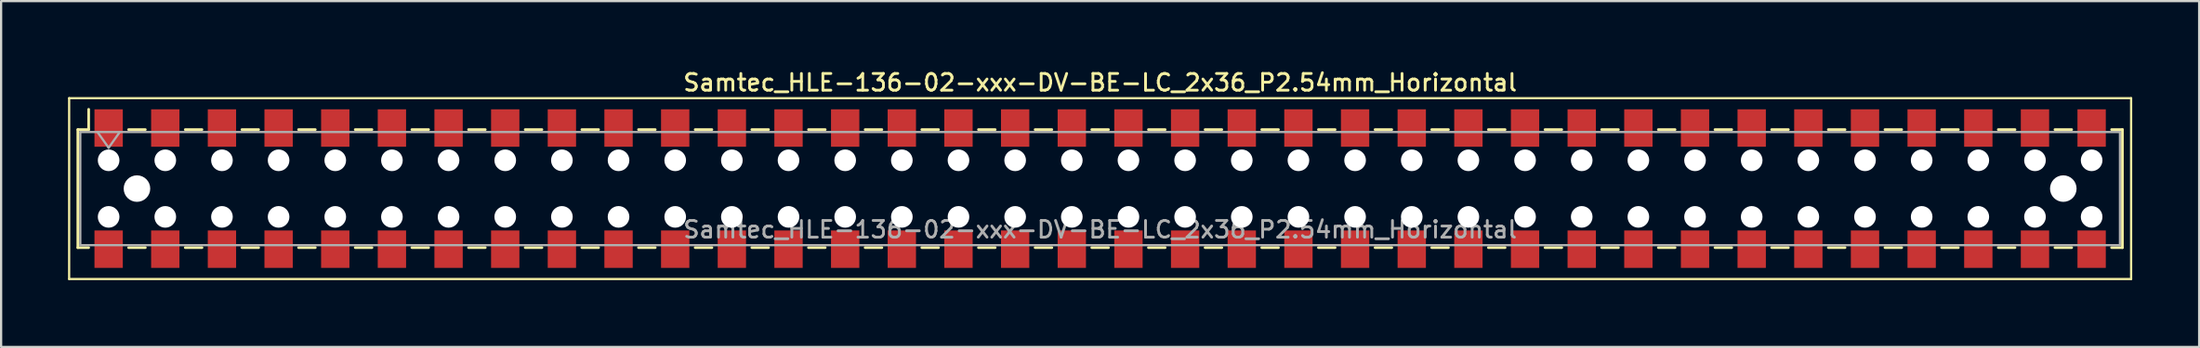
<source format=kicad_pcb>
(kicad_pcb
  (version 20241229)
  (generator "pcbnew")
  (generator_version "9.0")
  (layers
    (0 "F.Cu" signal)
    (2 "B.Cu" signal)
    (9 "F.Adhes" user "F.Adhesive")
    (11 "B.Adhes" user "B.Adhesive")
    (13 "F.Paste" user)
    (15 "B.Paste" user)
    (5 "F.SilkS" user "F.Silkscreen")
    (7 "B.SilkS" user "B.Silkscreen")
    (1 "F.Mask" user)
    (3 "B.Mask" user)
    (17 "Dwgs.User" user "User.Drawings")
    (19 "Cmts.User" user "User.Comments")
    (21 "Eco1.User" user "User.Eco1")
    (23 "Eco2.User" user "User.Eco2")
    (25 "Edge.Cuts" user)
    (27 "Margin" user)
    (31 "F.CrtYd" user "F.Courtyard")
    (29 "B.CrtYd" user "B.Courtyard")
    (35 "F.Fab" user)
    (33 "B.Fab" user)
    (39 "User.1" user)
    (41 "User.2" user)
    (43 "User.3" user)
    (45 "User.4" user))
  (footprint "Samtec_HLE-136-02-xxx-DV-BE-LC_2x36_P2.54mm_Horizontal"
    (layer "F.Cu")
    (at 46.27 5.418)
    (property "Reference" "Samtec_HLE-136-02-xxx-DV-BE-LC_2x36_P2.54mm_Horizontal" (at 0 -4.76 0) (layer "F.SilkS") (effects (font (size 0.75 0.75) (thickness 0.125))))
    (attr smd)
    (fp_line (start -46.22 -4.06) (end 46.22 -4.06) (stroke (width 0.1) (type solid)) (layer "F.SilkS"))
    (fp_line (start -46.22 4.06) (end -46.22 -4.06) (stroke (width 0.1) (type solid)) (layer "F.SilkS"))
    (fp_line (start -45.83 -2.65) (end -45.83 2.65) (stroke (width 0.12) (type solid)) (layer "F.SilkS"))
    (fp_line (start -45.83 2.65) (end -45.345 2.65) (stroke (width 0.12) (type solid)) (layer "F.SilkS"))
    (fp_line (start -45.345 -3.56) (end -45.345 -2.65) (stroke (width 0.12) (type solid)) (layer "F.SilkS"))
    (fp_line (start -45.345 -2.65) (end -45.83 -2.65) (stroke (width 0.12) (type solid)) (layer "F.SilkS"))
    (fp_line (start -43.555 -2.65) (end -42.805 -2.65) (stroke (width 0.12) (type solid)) (layer "F.SilkS"))
    (fp_line (start -43.555 2.65) (end -42.805 2.65) (stroke (width 0.12) (type solid)) (layer "F.SilkS"))
    (fp_line (start -41.015 -2.65) (end -40.265 -2.65) (stroke (width 0.12) (type solid)) (layer "F.SilkS"))
    (fp_line (start -41.015 2.65) (end -40.265 2.65) (stroke (width 0.12) (type solid)) (layer "F.SilkS"))
    (fp_line (start -38.475 -2.65) (end -37.725 -2.65) (stroke (width 0.12) (type solid)) (layer "F.SilkS"))
    (fp_line (start -38.475 2.65) (end -37.725 2.65) (stroke (width 0.12) (type solid)) (layer "F.SilkS"))
    (fp_line (start -35.935 -2.65) (end -35.185 -2.65) (stroke (width 0.12) (type solid)) (layer "F.SilkS"))
    (fp_line (start -35.935 2.65) (end -35.185 2.65) (stroke (width 0.12) (type solid)) (layer "F.SilkS"))
    (fp_line (start -33.395 -2.65) (end -32.645 -2.65) (stroke (width 0.12) (type solid)) (layer "F.SilkS"))
    (fp_line (start -33.395 2.65) (end -32.645 2.65) (stroke (width 0.12) (type solid)) (layer "F.SilkS"))
    (fp_line (start -30.855 -2.65) (end -30.105 -2.65) (stroke (width 0.12) (type solid)) (layer "F.SilkS"))
    (fp_line (start -30.855 2.65) (end -30.105 2.65) (stroke (width 0.12) (type solid)) (layer "F.SilkS"))
    (fp_line (start -28.315 -2.65) (end -27.565 -2.65) (stroke (width 0.12) (type solid)) (layer "F.SilkS"))
    (fp_line (start -28.315 2.65) (end -27.565 2.65) (stroke (width 0.12) (type solid)) (layer "F.SilkS"))
    (fp_line (start -25.775 -2.65) (end -25.025 -2.65) (stroke (width 0.12) (type solid)) (layer "F.SilkS"))
    (fp_line (start -25.775 2.65) (end -25.025 2.65) (stroke (width 0.12) (type solid)) (layer "F.SilkS"))
    (fp_line (start -23.235 -2.65) (end -22.485 -2.65) (stroke (width 0.12) (type solid)) (layer "F.SilkS"))
    (fp_line (start -23.235 2.65) (end -22.485 2.65) (stroke (width 0.12) (type solid)) (layer "F.SilkS"))
    (fp_line (start -20.695 -2.65) (end -19.945 -2.65) (stroke (width 0.12) (type solid)) (layer "F.SilkS"))
    (fp_line (start -20.695 2.65) (end -19.945 2.65) (stroke (width 0.12) (type solid)) (layer "F.SilkS"))
    (fp_line (start -18.155 -2.65) (end -17.405 -2.65) (stroke (width 0.12) (type solid)) (layer "F.SilkS"))
    (fp_line (start -18.155 2.65) (end -17.405 2.65) (stroke (width 0.12) (type solid)) (layer "F.SilkS"))
    (fp_line (start -15.615 -2.65) (end -14.865 -2.65) (stroke (width 0.12) (type solid)) (layer "F.SilkS"))
    (fp_line (start -15.615 2.65) (end -14.865 2.65) (stroke (width 0.12) (type solid)) (layer "F.SilkS"))
    (fp_line (start -13.075 -2.65) (end -12.325 -2.65) (stroke (width 0.12) (type solid)) (layer "F.SilkS"))
    (fp_line (start -13.075 2.65) (end -12.325 2.65) (stroke (width 0.12) (type solid)) (layer "F.SilkS"))
    (fp_line (start -10.535 -2.65) (end -9.785 -2.65) (stroke (width 0.12) (type solid)) (layer "F.SilkS"))
    (fp_line (start -10.535 2.65) (end -9.785 2.65) (stroke (width 0.12) (type solid)) (layer "F.SilkS"))
    (fp_line (start -7.995 -2.65) (end -7.245 -2.65) (stroke (width 0.12) (type solid)) (layer "F.SilkS"))
    (fp_line (start -7.995 2.65) (end -7.245 2.65) (stroke (width 0.12) (type solid)) (layer "F.SilkS"))
    (fp_line (start -5.455 -2.65) (end -4.705 -2.65) (stroke (width 0.12) (type solid)) (layer "F.SilkS"))
    (fp_line (start -5.455 2.65) (end -4.705 2.65) (stroke (width 0.12) (type solid)) (layer "F.SilkS"))
    (fp_line (start -2.915 -2.65) (end -2.165 -2.65) (stroke (width 0.12) (type solid)) (layer "F.SilkS"))
    (fp_line (start -2.915 2.65) (end -2.165 2.65) (stroke (width 0.12) (type solid)) (layer "F.SilkS"))
    (fp_line (start -0.375 -2.65) (end 0.375 -2.65) (stroke (width 0.12) (type solid)) (layer "F.SilkS"))
    (fp_line (start -0.375 2.65) (end 0.375 2.65) (stroke (width 0.12) (type solid)) (layer "F.SilkS"))
    (fp_line (start 2.165 -2.65) (end 2.915 -2.65) (stroke (width 0.12) (type solid)) (layer "F.SilkS"))
    (fp_line (start 2.165 2.65) (end 2.915 2.65) (stroke (width 0.12) (type solid)) (layer "F.SilkS"))
    (fp_line (start 4.705 -2.65) (end 5.455 -2.65) (stroke (width 0.12) (type solid)) (layer "F.SilkS"))
    (fp_line (start 4.705 2.65) (end 5.455 2.65) (stroke (width 0.12) (type solid)) (layer "F.SilkS"))
    (fp_line (start 7.245 -2.65) (end 7.995 -2.65) (stroke (width 0.12) (type solid)) (layer "F.SilkS"))
    (fp_line (start 7.245 2.65) (end 7.995 2.65) (stroke (width 0.12) (type solid)) (layer "F.SilkS"))
    (fp_line (start 9.785 -2.65) (end 10.535 -2.65) (stroke (width 0.12) (type solid)) (layer "F.SilkS"))
    (fp_line (start 9.785 2.65) (end 10.535 2.65) (stroke (width 0.12) (type solid)) (layer "F.SilkS"))
    (fp_line (start 12.325 -2.65) (end 13.075 -2.65) (stroke (width 0.12) (type solid)) (layer "F.SilkS"))
    (fp_line (start 12.325 2.65) (end 13.075 2.65) (stroke (width 0.12) (type solid)) (layer "F.SilkS"))
    (fp_line (start 14.865 -2.65) (end 15.615 -2.65) (stroke (width 0.12) (type solid)) (layer "F.SilkS"))
    (fp_line (start 14.865 2.65) (end 15.615 2.65) (stroke (width 0.12) (type solid)) (layer "F.SilkS"))
    (fp_line (start 17.405 -2.65) (end 18.155 -2.65) (stroke (width 0.12) (type solid)) (layer "F.SilkS"))
    (fp_line (start 17.405 2.65) (end 18.155 2.65) (stroke (width 0.12) (type solid)) (layer "F.SilkS"))
    (fp_line (start 19.945 -2.65) (end 20.695 -2.65) (stroke (width 0.12) (type solid)) (layer "F.SilkS"))
    (fp_line (start 19.945 2.65) (end 20.695 2.65) (stroke (width 0.12) (type solid)) (layer "F.SilkS"))
    (fp_line (start 22.485 -2.65) (end 23.235 -2.65) (stroke (width 0.12) (type solid)) (layer "F.SilkS"))
    (fp_line (start 22.485 2.65) (end 23.235 2.65) (stroke (width 0.12) (type solid)) (layer "F.SilkS"))
    (fp_line (start 25.025 -2.65) (end 25.775 -2.65) (stroke (width 0.12) (type solid)) (layer "F.SilkS"))
    (fp_line (start 25.025 2.65) (end 25.775 2.65) (stroke (width 0.12) (type solid)) (layer "F.SilkS"))
    (fp_line (start 27.565 -2.65) (end 28.315 -2.65) (stroke (width 0.12) (type solid)) (layer "F.SilkS"))
    (fp_line (start 27.565 2.65) (end 28.315 2.65) (stroke (width 0.12) (type solid)) (layer "F.SilkS"))
    (fp_line (start 30.105 -2.65) (end 30.855 -2.65) (stroke (width 0.12) (type solid)) (layer "F.SilkS"))
    (fp_line (start 30.105 2.65) (end 30.855 2.65) (stroke (width 0.12) (type solid)) (layer "F.SilkS"))
    (fp_line (start 32.645 -2.65) (end 33.395 -2.65) (stroke (width 0.12) (type solid)) (layer "F.SilkS"))
    (fp_line (start 32.645 2.65) (end 33.395 2.65) (stroke (width 0.12) (type solid)) (layer "F.SilkS"))
    (fp_line (start 35.185 -2.65) (end 35.935 -2.65) (stroke (width 0.12) (type solid)) (layer "F.SilkS"))
    (fp_line (start 35.185 2.65) (end 35.935 2.65) (stroke (width 0.12) (type solid)) (layer "F.SilkS"))
    (fp_line (start 37.725 -2.65) (end 38.475 -2.65) (stroke (width 0.12) (type solid)) (layer "F.SilkS"))
    (fp_line (start 37.725 2.65) (end 38.475 2.65) (stroke (width 0.12) (type solid)) (layer "F.SilkS"))
    (fp_line (start 40.265 -2.65) (end 41.015 -2.65) (stroke (width 0.12) (type solid)) (layer "F.SilkS"))
    (fp_line (start 40.265 2.65) (end 41.015 2.65) (stroke (width 0.12) (type solid)) (layer "F.SilkS"))
    (fp_line (start 42.805 -2.65) (end 43.555 -2.65) (stroke (width 0.12) (type solid)) (layer "F.SilkS"))
    (fp_line (start 42.805 2.65) (end 43.555 2.65) (stroke (width 0.12) (type solid)) (layer "F.SilkS"))
    (fp_line (start 45.345 -2.65) (end 45.83 -2.65) (stroke (width 0.12) (type solid)) (layer "F.SilkS"))
    (fp_line (start 45.83 -2.65) (end 45.83 2.65) (stroke (width 0.12) (type solid)) (layer "F.SilkS"))
    (fp_line (start 45.83 2.65) (end 45.345 2.65) (stroke (width 0.12) (type solid)) (layer "F.SilkS"))
    (fp_line (start 46.22 -4.06) (end 46.22 4.06) (stroke (width 0.1) (type solid)) (layer "F.SilkS"))
    (fp_line (start 46.22 4.06) (end -46.22 4.06) (stroke (width 0.1) (type solid)) (layer "F.SilkS"))
    (fp_line (start -45.72 -2.54) (end 45.72 -2.54) (stroke (width 0.1) (type solid)) (layer "F.Fab"))
    (fp_line (start -45.72 2.54) (end -45.72 -2.54) (stroke (width 0.1) (type solid)) (layer "F.Fab"))
    (fp_line (start -44.95 -2.54) (end -44.45 -1.833) (stroke (width 0.1) (type solid)) (layer "F.Fab"))
    (fp_line (start -44.45 -1.833) (end -43.95 -2.54) (stroke (width 0.1) (type solid)) (layer "F.Fab"))
    (fp_line (start 45.72 -2.54) (end 45.72 2.54) (stroke (width 0.1) (type solid)) (layer "F.Fab"))
    (fp_line (start 45.72 2.54) (end -45.72 2.54) (stroke (width 0.1) (type solid)) (layer "F.Fab"))
    (fp_text user "${REFERENCE}" (at 0 1.84 0) (layer "F.Fab") (effects (font (size 0.75 0.75) (thickness 0.125))))
    (pad "" np_thru_hole circle (at -44.45 -1.27) (size 0.97 0.97) (drill 0.97) (layers "*.Cu" "*.Mask"))
    (pad "" np_thru_hole circle (at -44.45 1.27) (size 0.97 0.97) (drill 0.97) (layers "*.Cu" "*.Mask"))
    (pad "" np_thru_hole circle (at -43.18 0) (size 1.19 1.19) (drill 1.19) (layers "*.Cu" "*.Mask"))
    (pad "" np_thru_hole circle (at -41.91 -1.27) (size 0.97 0.97) (drill 0.97) (layers "*.Cu" "*.Mask"))
    (pad "" np_thru_hole circle (at -41.91 1.27) (size 0.97 0.97) (drill 0.97) (layers "*.Cu" "*.Mask"))
    (pad "" np_thru_hole circle (at -39.37 -1.27) (size 0.97 0.97) (drill 0.97) (layers "*.Cu" "*.Mask"))
    (pad "" np_thru_hole circle (at -39.37 1.27) (size 0.97 0.97) (drill 0.97) (layers "*.Cu" "*.Mask"))
    (pad "" np_thru_hole circle (at -36.83 -1.27) (size 0.97 0.97) (drill 0.97) (layers "*.Cu" "*.Mask"))
    (pad "" np_thru_hole circle (at -36.83 1.27) (size 0.97 0.97) (drill 0.97) (layers "*.Cu" "*.Mask"))
    (pad "" np_thru_hole circle (at -34.29 -1.27) (size 0.97 0.97) (drill 0.97) (layers "*.Cu" "*.Mask"))
    (pad "" np_thru_hole circle (at -34.29 1.27) (size 0.97 0.97) (drill 0.97) (layers "*.Cu" "*.Mask"))
    (pad "" np_thru_hole circle (at -31.75 -1.27) (size 0.97 0.97) (drill 0.97) (layers "*.Cu" "*.Mask"))
    (pad "" np_thru_hole circle (at -31.75 1.27) (size 0.97 0.97) (drill 0.97) (layers "*.Cu" "*.Mask"))
    (pad "" np_thru_hole circle (at -29.21 -1.27) (size 0.97 0.97) (drill 0.97) (layers "*.Cu" "*.Mask"))
    (pad "" np_thru_hole circle (at -29.21 1.27) (size 0.97 0.97) (drill 0.97) (layers "*.Cu" "*.Mask"))
    (pad "" np_thru_hole circle (at -26.67 -1.27) (size 0.97 0.97) (drill 0.97) (layers "*.Cu" "*.Mask"))
    (pad "" np_thru_hole circle (at -26.67 1.27) (size 0.97 0.97) (drill 0.97) (layers "*.Cu" "*.Mask"))
    (pad "" np_thru_hole circle (at -24.13 -1.27) (size 0.97 0.97) (drill 0.97) (layers "*.Cu" "*.Mask"))
    (pad "" np_thru_hole circle (at -24.13 1.27) (size 0.97 0.97) (drill 0.97) (layers "*.Cu" "*.Mask"))
    (pad "" np_thru_hole circle (at -21.59 -1.27) (size 0.97 0.97) (drill 0.97) (layers "*.Cu" "*.Mask"))
    (pad "" np_thru_hole circle (at -21.59 1.27) (size 0.97 0.97) (drill 0.97) (layers "*.Cu" "*.Mask"))
    (pad "" np_thru_hole circle (at -19.05 -1.27) (size 0.97 0.97) (drill 0.97) (layers "*.Cu" "*.Mask"))
    (pad "" np_thru_hole circle (at -19.05 1.27) (size 0.97 0.97) (drill 0.97) (layers "*.Cu" "*.Mask"))
    (pad "" np_thru_hole circle (at -16.51 -1.27) (size 0.97 0.97) (drill 0.97) (layers "*.Cu" "*.Mask"))
    (pad "" np_thru_hole circle (at -16.51 1.27) (size 0.97 0.97) (drill 0.97) (layers "*.Cu" "*.Mask"))
    (pad "" np_thru_hole circle (at -13.97 -1.27) (size 0.97 0.97) (drill 0.97) (layers "*.Cu" "*.Mask"))
    (pad "" np_thru_hole circle (at -13.97 1.27) (size 0.97 0.97) (drill 0.97) (layers "*.Cu" "*.Mask"))
    (pad "" np_thru_hole circle (at -11.43 -1.27) (size 0.97 0.97) (drill 0.97) (layers "*.Cu" "*.Mask"))
    (pad "" np_thru_hole circle (at -11.43 1.27) (size 0.97 0.97) (drill 0.97) (layers "*.Cu" "*.Mask"))
    (pad "" np_thru_hole circle (at -8.89 -1.27) (size 0.97 0.97) (drill 0.97) (layers "*.Cu" "*.Mask"))
    (pad "" np_thru_hole circle (at -8.89 1.27) (size 0.97 0.97) (drill 0.97) (layers "*.Cu" "*.Mask"))
    (pad "" np_thru_hole circle (at -6.35 -1.27) (size 0.97 0.97) (drill 0.97) (layers "*.Cu" "*.Mask"))
    (pad "" np_thru_hole circle (at -6.35 1.27) (size 0.97 0.97) (drill 0.97) (layers "*.Cu" "*.Mask"))
    (pad "" np_thru_hole circle (at -3.81 -1.27) (size 0.97 0.97) (drill 0.97) (layers "*.Cu" "*.Mask"))
    (pad "" np_thru_hole circle (at -3.81 1.27) (size 0.97 0.97) (drill 0.97) (layers "*.Cu" "*.Mask"))
    (pad "" np_thru_hole circle (at -1.27 -1.27) (size 0.97 0.97) (drill 0.97) (layers "*.Cu" "*.Mask"))
    (pad "" np_thru_hole circle (at -1.27 1.27) (size 0.97 0.97) (drill 0.97) (layers "*.Cu" "*.Mask"))
    (pad "" np_thru_hole circle (at 1.27 -1.27) (size 0.97 0.97) (drill 0.97) (layers "*.Cu" "*.Mask"))
    (pad "" np_thru_hole circle (at 1.27 1.27) (size 0.97 0.97) (drill 0.97) (layers "*.Cu" "*.Mask"))
    (pad "" np_thru_hole circle (at 3.81 -1.27) (size 0.97 0.97) (drill 0.97) (layers "*.Cu" "*.Mask"))
    (pad "" np_thru_hole circle (at 3.81 1.27) (size 0.97 0.97) (drill 0.97) (layers "*.Cu" "*.Mask"))
    (pad "" np_thru_hole circle (at 6.35 -1.27) (size 0.97 0.97) (drill 0.97) (layers "*.Cu" "*.Mask"))
    (pad "" np_thru_hole circle (at 6.35 1.27) (size 0.97 0.97) (drill 0.97) (layers "*.Cu" "*.Mask"))
    (pad "" np_thru_hole circle (at 8.89 -1.27) (size 0.97 0.97) (drill 0.97) (layers "*.Cu" "*.Mask"))
    (pad "" np_thru_hole circle (at 8.89 1.27) (size 0.97 0.97) (drill 0.97) (layers "*.Cu" "*.Mask"))
    (pad "" np_thru_hole circle (at 11.43 -1.27) (size 0.97 0.97) (drill 0.97) (layers "*.Cu" "*.Mask"))
    (pad "" np_thru_hole circle (at 11.43 1.27) (size 0.97 0.97) (drill 0.97) (layers "*.Cu" "*.Mask"))
    (pad "" np_thru_hole circle (at 13.97 -1.27) (size 0.97 0.97) (drill 0.97) (layers "*.Cu" "*.Mask"))
    (pad "" np_thru_hole circle (at 13.97 1.27) (size 0.97 0.97) (drill 0.97) (layers "*.Cu" "*.Mask"))
    (pad "" np_thru_hole circle (at 16.51 -1.27) (size 0.97 0.97) (drill 0.97) (layers "*.Cu" "*.Mask"))
    (pad "" np_thru_hole circle (at 16.51 1.27) (size 0.97 0.97) (drill 0.97) (layers "*.Cu" "*.Mask"))
    (pad "" np_thru_hole circle (at 19.05 -1.27) (size 0.97 0.97) (drill 0.97) (layers "*.Cu" "*.Mask"))
    (pad "" np_thru_hole circle (at 19.05 1.27) (size 0.97 0.97) (drill 0.97) (layers "*.Cu" "*.Mask"))
    (pad "" np_thru_hole circle (at 21.59 -1.27) (size 0.97 0.97) (drill 0.97) (layers "*.Cu" "*.Mask"))
    (pad "" np_thru_hole circle (at 21.59 1.27) (size 0.97 0.97) (drill 0.97) (layers "*.Cu" "*.Mask"))
    (pad "" np_thru_hole circle (at 24.13 -1.27) (size 0.97 0.97) (drill 0.97) (layers "*.Cu" "*.Mask"))
    (pad "" np_thru_hole circle (at 24.13 1.27) (size 0.97 0.97) (drill 0.97) (layers "*.Cu" "*.Mask"))
    (pad "" np_thru_hole circle (at 26.67 -1.27) (size 0.97 0.97) (drill 0.97) (layers "*.Cu" "*.Mask"))
    (pad "" np_thru_hole circle (at 26.67 1.27) (size 0.97 0.97) (drill 0.97) (layers "*.Cu" "*.Mask"))
    (pad "" np_thru_hole circle (at 29.21 -1.27) (size 0.97 0.97) (drill 0.97) (layers "*.Cu" "*.Mask"))
    (pad "" np_thru_hole circle (at 29.21 1.27) (size 0.97 0.97) (drill 0.97) (layers "*.Cu" "*.Mask"))
    (pad "" np_thru_hole circle (at 31.75 -1.27) (size 0.97 0.97) (drill 0.97) (layers "*.Cu" "*.Mask"))
    (pad "" np_thru_hole circle (at 31.75 1.27) (size 0.97 0.97) (drill 0.97) (layers "*.Cu" "*.Mask"))
    (pad "" np_thru_hole circle (at 34.29 -1.27) (size 0.97 0.97) (drill 0.97) (layers "*.Cu" "*.Mask"))
    (pad "" np_thru_hole circle (at 34.29 1.27) (size 0.97 0.97) (drill 0.97) (layers "*.Cu" "*.Mask"))
    (pad "" np_thru_hole circle (at 36.83 -1.27) (size 0.97 0.97) (drill 0.97) (layers "*.Cu" "*.Mask"))
    (pad "" np_thru_hole circle (at 36.83 1.27) (size 0.97 0.97) (drill 0.97) (layers "*.Cu" "*.Mask"))
    (pad "" np_thru_hole circle (at 39.37 -1.27) (size 0.97 0.97) (drill 0.97) (layers "*.Cu" "*.Mask"))
    (pad "" np_thru_hole circle (at 39.37 1.27) (size 0.97 0.97) (drill 0.97) (layers "*.Cu" "*.Mask"))
    (pad "" np_thru_hole circle (at 41.91 -1.27) (size 0.97 0.97) (drill 0.97) (layers "*.Cu" "*.Mask"))
    (pad "" np_thru_hole circle (at 41.91 1.27) (size 0.97 0.97) (drill 0.97) (layers "*.Cu" "*.Mask"))
    (pad "" np_thru_hole circle (at 43.18 0) (size 1.19 1.19) (drill 1.19) (layers "*.Cu" "*.Mask"))
    (pad "" np_thru_hole circle (at 44.45 -1.27) (size 0.97 0.97) (drill 0.97) (layers "*.Cu" "*.Mask"))
    (pad "" np_thru_hole circle (at 44.45 1.27) (size 0.97 0.97) (drill 0.97) (layers "*.Cu" "*.Mask"))
    (pad "1" smd rect (at -44.45 -2.72) (size 1.27 1.68) (layers "F.Cu" "F.Mask" "F.Paste"))
    (pad "2" smd rect (at -44.45 2.72) (size 1.27 1.68) (layers "F.Cu" "F.Mask" "F.Paste"))
    (pad "3" smd rect (at -41.91 -2.72) (size 1.27 1.68) (layers "F.Cu" "F.Mask" "F.Paste"))
    (pad "4" smd rect (at -41.91 2.72) (size 1.27 1.68) (layers "F.Cu" "F.Mask" "F.Paste"))
    (pad "5" smd rect (at -39.37 -2.72) (size 1.27 1.68) (layers "F.Cu" "F.Mask" "F.Paste"))
    (pad "6" smd rect (at -39.37 2.72) (size 1.27 1.68) (layers "F.Cu" "F.Mask" "F.Paste"))
    (pad "7" smd rect (at -36.83 -2.72) (size 1.27 1.68) (layers "F.Cu" "F.Mask" "F.Paste"))
    (pad "8" smd rect (at -36.83 2.72) (size 1.27 1.68) (layers "F.Cu" "F.Mask" "F.Paste"))
    (pad "9" smd rect (at -34.29 -2.72) (size 1.27 1.68) (layers "F.Cu" "F.Mask" "F.Paste"))
    (pad "10" smd rect (at -34.29 2.72) (size 1.27 1.68) (layers "F.Cu" "F.Mask" "F.Paste"))
    (pad "11" smd rect (at -31.75 -2.72) (size 1.27 1.68) (layers "F.Cu" "F.Mask" "F.Paste"))
    (pad "12" smd rect (at -31.75 2.72) (size 1.27 1.68) (layers "F.Cu" "F.Mask" "F.Paste"))
    (pad "13" smd rect (at -29.21 -2.72) (size 1.27 1.68) (layers "F.Cu" "F.Mask" "F.Paste"))
    (pad "14" smd rect (at -29.21 2.72) (size 1.27 1.68) (layers "F.Cu" "F.Mask" "F.Paste"))
    (pad "15" smd rect (at -26.67 -2.72) (size 1.27 1.68) (layers "F.Cu" "F.Mask" "F.Paste"))
    (pad "16" smd rect (at -26.67 2.72) (size 1.27 1.68) (layers "F.Cu" "F.Mask" "F.Paste"))
    (pad "17" smd rect (at -24.13 -2.72) (size 1.27 1.68) (layers "F.Cu" "F.Mask" "F.Paste"))
    (pad "18" smd rect (at -24.13 2.72) (size 1.27 1.68) (layers "F.Cu" "F.Mask" "F.Paste"))
    (pad "19" smd rect (at -21.59 -2.72) (size 1.27 1.68) (layers "F.Cu" "F.Mask" "F.Paste"))
    (pad "20" smd rect (at -21.59 2.72) (size 1.27 1.68) (layers "F.Cu" "F.Mask" "F.Paste"))
    (pad "21" smd rect (at -19.05 -2.72) (size 1.27 1.68) (layers "F.Cu" "F.Mask" "F.Paste"))
    (pad "22" smd rect (at -19.05 2.72) (size 1.27 1.68) (layers "F.Cu" "F.Mask" "F.Paste"))
    (pad "23" smd rect (at -16.51 -2.72) (size 1.27 1.68) (layers "F.Cu" "F.Mask" "F.Paste"))
    (pad "24" smd rect (at -16.51 2.72) (size 1.27 1.68) (layers "F.Cu" "F.Mask" "F.Paste"))
    (pad "25" smd rect (at -13.97 -2.72) (size 1.27 1.68) (layers "F.Cu" "F.Mask" "F.Paste"))
    (pad "26" smd rect (at -13.97 2.72) (size 1.27 1.68) (layers "F.Cu" "F.Mask" "F.Paste"))
    (pad "27" smd rect (at -11.43 -2.72) (size 1.27 1.68) (layers "F.Cu" "F.Mask" "F.Paste"))
    (pad "28" smd rect (at -11.43 2.72) (size 1.27 1.68) (layers "F.Cu" "F.Mask" "F.Paste"))
    (pad "29" smd rect (at -8.89 -2.72) (size 1.27 1.68) (layers "F.Cu" "F.Mask" "F.Paste"))
    (pad "30" smd rect (at -8.89 2.72) (size 1.27 1.68) (layers "F.Cu" "F.Mask" "F.Paste"))
    (pad "31" smd rect (at -6.35 -2.72) (size 1.27 1.68) (layers "F.Cu" "F.Mask" "F.Paste"))
    (pad "32" smd rect (at -6.35 2.72) (size 1.27 1.68) (layers "F.Cu" "F.Mask" "F.Paste"))
    (pad "33" smd rect (at -3.81 -2.72) (size 1.27 1.68) (layers "F.Cu" "F.Mask" "F.Paste"))
    (pad "34" smd rect (at -3.81 2.72) (size 1.27 1.68) (layers "F.Cu" "F.Mask" "F.Paste"))
    (pad "35" smd rect (at -1.27 -2.72) (size 1.27 1.68) (layers "F.Cu" "F.Mask" "F.Paste"))
    (pad "36" smd rect (at -1.27 2.72) (size 1.27 1.68) (layers "F.Cu" "F.Mask" "F.Paste"))
    (pad "37" smd rect (at 1.27 -2.72) (size 1.27 1.68) (layers "F.Cu" "F.Mask" "F.Paste"))
    (pad "38" smd rect (at 1.27 2.72) (size 1.27 1.68) (layers "F.Cu" "F.Mask" "F.Paste"))
    (pad "39" smd rect (at 3.81 -2.72) (size 1.27 1.68) (layers "F.Cu" "F.Mask" "F.Paste"))
    (pad "40" smd rect (at 3.81 2.72) (size 1.27 1.68) (layers "F.Cu" "F.Mask" "F.Paste"))
    (pad "41" smd rect (at 6.35 -2.72) (size 1.27 1.68) (layers "F.Cu" "F.Mask" "F.Paste"))
    (pad "42" smd rect (at 6.35 2.72) (size 1.27 1.68) (layers "F.Cu" "F.Mask" "F.Paste"))
    (pad "43" smd rect (at 8.89 -2.72) (size 1.27 1.68) (layers "F.Cu" "F.Mask" "F.Paste"))
    (pad "44" smd rect (at 8.89 2.72) (size 1.27 1.68) (layers "F.Cu" "F.Mask" "F.Paste"))
    (pad "45" smd rect (at 11.43 -2.72) (size 1.27 1.68) (layers "F.Cu" "F.Mask" "F.Paste"))
    (pad "46" smd rect (at 11.43 2.72) (size 1.27 1.68) (layers "F.Cu" "F.Mask" "F.Paste"))
    (pad "47" smd rect (at 13.97 -2.72) (size 1.27 1.68) (layers "F.Cu" "F.Mask" "F.Paste"))
    (pad "48" smd rect (at 13.97 2.72) (size 1.27 1.68) (layers "F.Cu" "F.Mask" "F.Paste"))
    (pad "49" smd rect (at 16.51 -2.72) (size 1.27 1.68) (layers "F.Cu" "F.Mask" "F.Paste"))
    (pad "50" smd rect (at 16.51 2.72) (size 1.27 1.68) (layers "F.Cu" "F.Mask" "F.Paste"))
    (pad "51" smd rect (at 19.05 -2.72) (size 1.27 1.68) (layers "F.Cu" "F.Mask" "F.Paste"))
    (pad "52" smd rect (at 19.05 2.72) (size 1.27 1.68) (layers "F.Cu" "F.Mask" "F.Paste"))
    (pad "53" smd rect (at 21.59 -2.72) (size 1.27 1.68) (layers "F.Cu" "F.Mask" "F.Paste"))
    (pad "54" smd rect (at 21.59 2.72) (size 1.27 1.68) (layers "F.Cu" "F.Mask" "F.Paste"))
    (pad "55" smd rect (at 24.13 -2.72) (size 1.27 1.68) (layers "F.Cu" "F.Mask" "F.Paste"))
    (pad "56" smd rect (at 24.13 2.72) (size 1.27 1.68) (layers "F.Cu" "F.Mask" "F.Paste"))
    (pad "57" smd rect (at 26.67 -2.72) (size 1.27 1.68) (layers "F.Cu" "F.Mask" "F.Paste"))
    (pad "58" smd rect (at 26.67 2.72) (size 1.27 1.68) (layers "F.Cu" "F.Mask" "F.Paste"))
    (pad "59" smd rect (at 29.21 -2.72) (size 1.27 1.68) (layers "F.Cu" "F.Mask" "F.Paste"))
    (pad "60" smd rect (at 29.21 2.72) (size 1.27 1.68) (layers "F.Cu" "F.Mask" "F.Paste"))
    (pad "61" smd rect (at 31.75 -2.72) (size 1.27 1.68) (layers "F.Cu" "F.Mask" "F.Paste"))
    (pad "62" smd rect (at 31.75 2.72) (size 1.27 1.68) (layers "F.Cu" "F.Mask" "F.Paste"))
    (pad "63" smd rect (at 34.29 -2.72) (size 1.27 1.68) (layers "F.Cu" "F.Mask" "F.Paste"))
    (pad "64" smd rect (at 34.29 2.72) (size 1.27 1.68) (layers "F.Cu" "F.Mask" "F.Paste"))
    (pad "65" smd rect (at 36.83 -2.72) (size 1.27 1.68) (layers "F.Cu" "F.Mask" "F.Paste"))
    (pad "66" smd rect (at 36.83 2.72) (size 1.27 1.68) (layers "F.Cu" "F.Mask" "F.Paste"))
    (pad "67" smd rect (at 39.37 -2.72) (size 1.27 1.68) (layers "F.Cu" "F.Mask" "F.Paste"))
    (pad "68" smd rect (at 39.37 2.72) (size 1.27 1.68) (layers "F.Cu" "F.Mask" "F.Paste"))
    (pad "69" smd rect (at 41.91 -2.72) (size 1.27 1.68) (layers "F.Cu" "F.Mask" "F.Paste"))
    (pad "70" smd rect (at 41.91 2.72) (size 1.27 1.68) (layers "F.Cu" "F.Mask" "F.Paste"))
    (pad "71" smd rect (at 44.45 -2.72) (size 1.27 1.68) (layers "F.Cu" "F.Mask" "F.Paste"))
    (pad "72" smd rect (at 44.45 2.72) (size 1.27 1.68) (layers "F.Cu" "F.Mask" "F.Paste")))
  (gr_rect
    (start -3 -3)
    (end 95.54 12.528)
    (stroke (width 0.1) (type default))
    (fill no)
    (layer "Edge.Cuts")))
</source>
